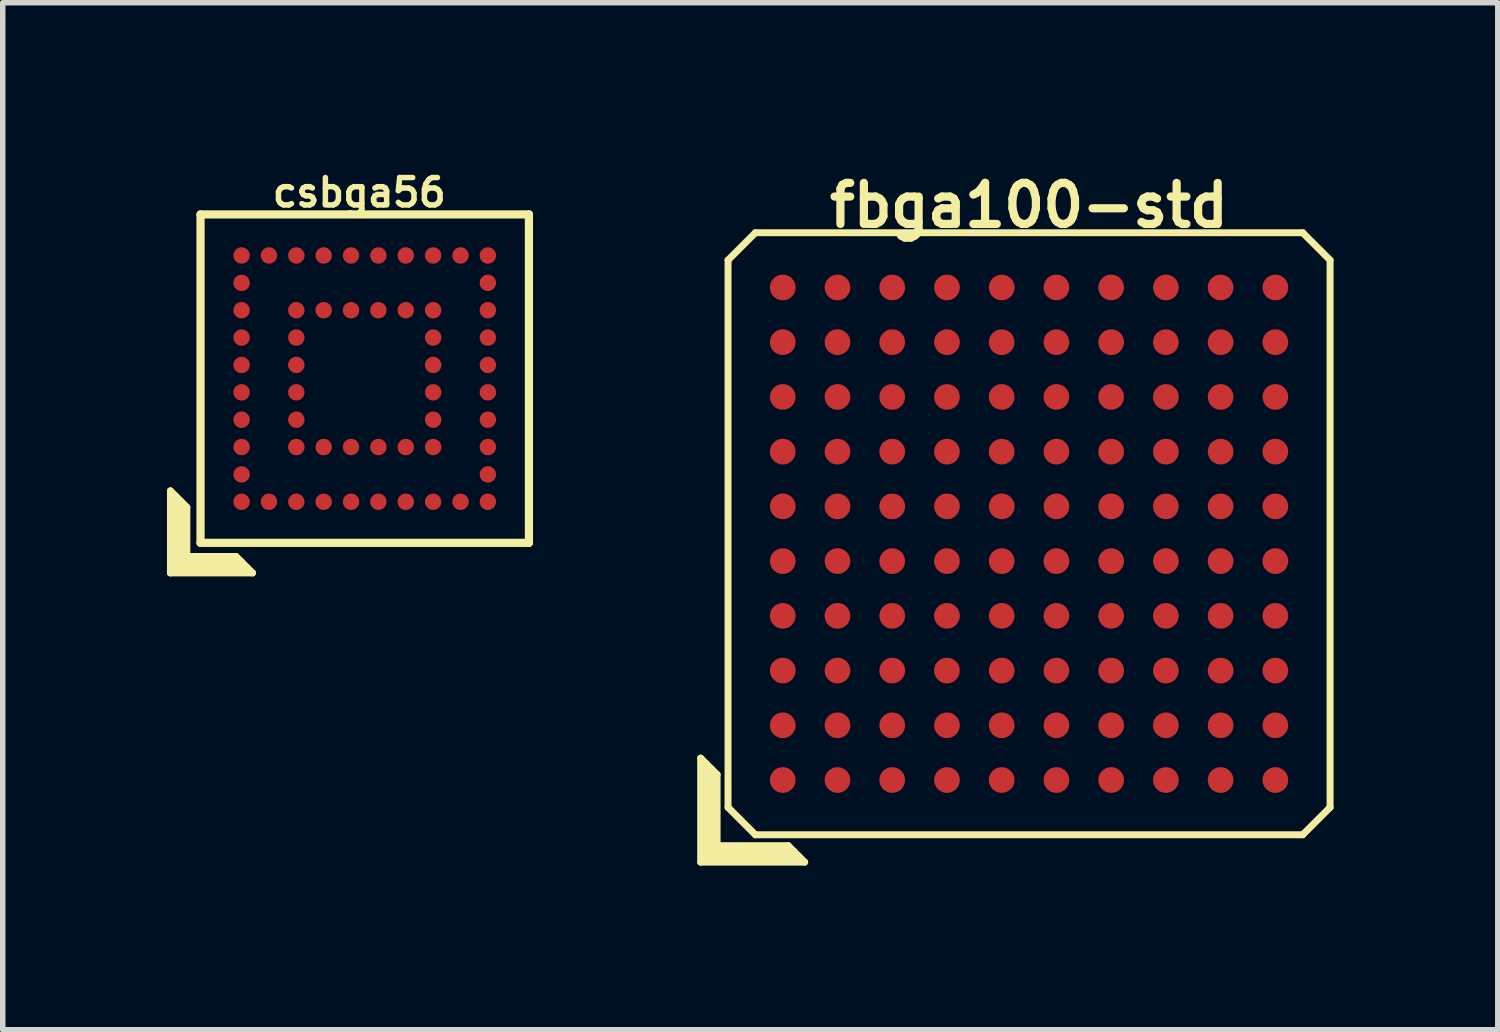
<source format=kicad_pcb>
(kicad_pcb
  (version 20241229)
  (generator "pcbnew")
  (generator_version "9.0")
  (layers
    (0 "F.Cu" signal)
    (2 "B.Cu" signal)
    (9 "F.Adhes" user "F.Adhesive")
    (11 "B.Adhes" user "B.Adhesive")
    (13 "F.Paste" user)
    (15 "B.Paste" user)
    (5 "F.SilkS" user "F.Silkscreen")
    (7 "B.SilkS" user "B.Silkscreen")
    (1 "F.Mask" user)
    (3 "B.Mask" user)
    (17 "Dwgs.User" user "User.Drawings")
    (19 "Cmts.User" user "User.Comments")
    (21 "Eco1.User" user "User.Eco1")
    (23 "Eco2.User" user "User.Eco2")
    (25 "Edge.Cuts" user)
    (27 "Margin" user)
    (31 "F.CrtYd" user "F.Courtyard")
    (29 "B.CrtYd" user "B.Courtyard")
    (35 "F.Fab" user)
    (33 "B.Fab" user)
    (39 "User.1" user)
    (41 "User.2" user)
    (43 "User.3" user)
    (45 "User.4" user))
  (footprint "csbga56"
    (layer "F.Cu")
    (at 3.614 3.868)
    (property "Reference" "csbga56" (at -0.1 -3.4 0) (layer "F.SilkS") (effects (font (size 0.5 0.5) (thickness 0.1))))
    (attr through_hole)
    (fp_line (start -3.55 2.05) (end -3.25 2.35) (stroke (width 0.127) (type solid)) (layer "F.SilkS"))
    (fp_line (start -3.55 3.55) (end -3.55 2.05) (stroke (width 0.127) (type solid)) (layer "F.SilkS"))
    (fp_line (start -3.45 2.15) (end -3.45 3.45) (stroke (width 0.127) (type solid)) (layer "F.SilkS"))
    (fp_line (start -3.45 3.45) (end -2.15 3.45) (stroke (width 0.127) (type solid)) (layer "F.SilkS"))
    (fp_line (start -3.35 3.35) (end -3.35 2.25) (stroke (width 0.127) (type solid)) (layer "F.SilkS"))
    (fp_line (start -3.25 2.35) (end -3.25 3.25) (stroke (width 0.127) (type solid)) (layer "F.SilkS"))
    (fp_line (start -3.25 3.25) (end -2.35 3.25) (stroke (width 0.127) (type solid)) (layer "F.SilkS"))
    (fp_line (start -3 -3) (end 3 -3) (stroke (width 0.15) (type solid)) (layer "F.SilkS"))
    (fp_line (start -3 3) (end -3 -3) (stroke (width 0.15) (type solid)) (layer "F.SilkS"))
    (fp_line (start -2.35 3.25) (end -2.05 3.55) (stroke (width 0.127) (type solid)) (layer "F.SilkS"))
    (fp_line (start -2.25 3.35) (end -3.35 3.35) (stroke (width 0.127) (type solid)) (layer "F.SilkS"))
    (fp_line (start -2.05 3.55) (end -3.55 3.55) (stroke (width 0.127) (type solid)) (layer "F.SilkS"))
    (fp_line (start 3 -3) (end 3 3) (stroke (width 0.15) (type solid)) (layer "F.SilkS"))
    (fp_line (start 3 3) (end -3 3) (stroke (width 0.15) (type solid)) (layer "F.SilkS"))
    (pad "A1" smd circle (at -2.25 2.25) (size 0.3 0.3) (layers "F.Cu" "F.Mask" "F.Paste"))
    (pad "A2" smd circle (at -2.25 1.75) (size 0.3 0.3) (layers "F.Cu" "F.Mask" "F.Paste"))
    (pad "A3" smd circle (at -2.25 1.25) (size 0.3 0.3) (layers "F.Cu" "F.Mask" "F.Paste"))
    (pad "A4" smd circle (at -2.25 0.75) (size 0.3 0.3) (layers "F.Cu" "F.Mask" "F.Paste"))
    (pad "A5" smd circle (at -2.25 0.25) (size 0.3 0.3) (layers "F.Cu" "F.Mask" "F.Paste"))
    (pad "A6" smd circle (at -2.25 -0.25) (size 0.3 0.3) (layers "F.Cu" "F.Mask" "F.Paste"))
    (pad "A7" smd circle (at -2.25 -0.75) (size 0.3 0.3) (layers "F.Cu" "F.Mask" "F.Paste"))
    (pad "A8" smd circle (at -2.25 -1.25) (size 0.3 0.3) (layers "F.Cu" "F.Mask" "F.Paste"))
    (pad "A9" smd circle (at -2.25 -1.75) (size 0.3 0.3) (layers "F.Cu" "F.Mask" "F.Paste"))
    (pad "A10" smd circle (at -2.25 -2.25) (size 0.3 0.3) (layers "F.Cu" "F.Mask" "F.Paste"))
    (pad "B1" smd circle (at -1.75 2.25) (size 0.3 0.3) (layers "F.Cu" "F.Mask" "F.Paste"))
    (pad "B10" smd circle (at -1.75 -2.25) (size 0.3 0.3) (layers "F.Cu" "F.Mask" "F.Paste"))
    (pad "C1" smd circle (at -1.25 2.25) (size 0.3 0.3) (layers "F.Cu" "F.Mask" "F.Paste"))
    (pad "C3" smd circle (at -1.25 1.25) (size 0.3 0.3) (layers "F.Cu" "F.Mask" "F.Paste"))
    (pad "C4" smd circle (at -1.25 0.75) (size 0.3 0.3) (layers "F.Cu" "F.Mask" "F.Paste"))
    (pad "C6" smd circle (at -1.25 -0.25) (size 0.3 0.3) (layers "F.Cu" "F.Mask" "F.Paste"))
    (pad "C7" smd circle (at -1.25 -0.75) (size 0.3 0.3) (layers "F.Cu" "F.Mask" "F.Paste"))
    (pad "C8" smd circle (at -1.25 -1.25) (size 0.3 0.3) (layers "F.Cu" "F.Mask" "F.Paste"))
    (pad "C10" smd circle (at -1.25 -2.25) (size 0.3 0.3) (layers "F.Cu" "F.Mask" "F.Paste"))
    (pad "D1" smd circle (at -0.75 2.25) (size 0.3 0.3) (layers "F.Cu" "F.Mask" "F.Paste"))
    (pad "D3" smd circle (at -0.75 1.25) (size 0.3 0.3) (layers "F.Cu" "F.Mask" "F.Paste"))
    (pad "D8" smd circle (at -0.75 -1.25) (size 0.3 0.3) (layers "F.Cu" "F.Mask" "F.Paste"))
    (pad "D10" smd circle (at -0.75 -2.25) (size 0.3 0.3) (layers "F.Cu" "F.Mask" "F.Paste"))
    (pad "E1" smd circle (at -0.25 2.25) (size 0.3 0.3) (layers "F.Cu" "F.Mask" "F.Paste"))
    (pad "E3" smd circle (at -1.25 0.25) (size 0.3 0.3) (layers "F.Cu" "F.Mask" "F.Paste"))
    (pad "E3" smd circle (at -0.25 1.25) (size 0.3 0.3) (layers "F.Cu" "F.Mask" "F.Paste"))
    (pad "E8" smd circle (at -0.25 -1.25) (size 0.3 0.3) (layers "F.Cu" "F.Mask" "F.Paste"))
    (pad "E10" smd circle (at -0.25 -2.25) (size 0.3 0.3) (layers "F.Cu" "F.Mask" "F.Paste"))
    (pad "F1" smd circle (at 0.25 2.25) (size 0.3 0.3) (layers "F.Cu" "F.Mask" "F.Paste"))
    (pad "F3" smd circle (at 0.25 1.25) (size 0.3 0.3) (layers "F.Cu" "F.Mask" "F.Paste"))
    (pad "F8" smd circle (at 0.25 -1.25) (size 0.3 0.3) (layers "F.Cu" "F.Mask" "F.Paste"))
    (pad "F10" smd circle (at 0.25 -2.25) (size 0.3 0.3) (layers "F.Cu" "F.Mask" "F.Paste"))
    (pad "G1" smd circle (at 0.75 2.25) (size 0.3 0.3) (layers "F.Cu" "F.Mask" "F.Paste"))
    (pad "G3" smd circle (at 0.75 1.25) (size 0.3 0.3) (layers "F.Cu" "F.Mask" "F.Paste"))
    (pad "G8" smd circle (at 0.75 -1.25) (size 0.3 0.3) (layers "F.Cu" "F.Mask" "F.Paste"))
    (pad "G10" smd circle (at 0.75 -2.25) (size 0.3 0.3) (layers "F.Cu" "F.Mask" "F.Paste"))
    (pad "H1" smd circle (at 1.25 2.25) (size 0.3 0.3) (layers "F.Cu" "F.Mask" "F.Paste"))
    (pad "H3" smd circle (at 1.25 1.25) (size 0.3 0.3) (layers "F.Cu" "F.Mask" "F.Paste"))
    (pad "H4" smd circle (at 1.25 0.75) (size 0.3 0.3) (layers "F.Cu" "F.Mask" "F.Paste"))
    (pad "H5" smd circle (at 1.25 0.25) (size 0.3 0.3) (layers "F.Cu" "F.Mask" "F.Paste"))
    (pad "H6" smd circle (at 1.25 -0.25) (size 0.3 0.3) (layers "F.Cu" "F.Mask" "F.Paste"))
    (pad "H7" smd circle (at 1.25 -0.75) (size 0.3 0.3) (layers "F.Cu" "F.Mask" "F.Paste"))
    (pad "H8" smd circle (at 1.25 -1.25) (size 0.3 0.3) (layers "F.Cu" "F.Mask" "F.Paste"))
    (pad "H10" smd circle (at 1.25 -2.25) (size 0.3 0.3) (layers "F.Cu" "F.Mask" "F.Paste"))
    (pad "J1" smd circle (at 1.75 2.25) (size 0.3 0.3) (layers "F.Cu" "F.Mask" "F.Paste"))
    (pad "J10" smd circle (at 1.75 -2.25) (size 0.3 0.3) (layers "F.Cu" "F.Mask" "F.Paste"))
    (pad "K1" smd circle (at 2.25 2.25) (size 0.3 0.3) (layers "F.Cu" "F.Mask" "F.Paste"))
    (pad "K2" smd circle (at 2.25 1.75) (size 0.3 0.3) (layers "F.Cu" "F.Mask" "F.Paste"))
    (pad "K3" smd circle (at 2.25 1.25) (size 0.3 0.3) (layers "F.Cu" "F.Mask" "F.Paste"))
    (pad "K4" smd circle (at 2.25 0.75) (size 0.3 0.3) (layers "F.Cu" "F.Mask" "F.Paste"))
    (pad "K5" smd circle (at 2.25 0.25) (size 0.3 0.3) (layers "F.Cu" "F.Mask" "F.Paste"))
    (pad "K6" smd circle (at 2.25 -0.25) (size 0.3 0.3) (layers "F.Cu" "F.Mask" "F.Paste"))
    (pad "K7" smd circle (at 2.25 -0.75) (size 0.3 0.3) (layers "F.Cu" "F.Mask" "F.Paste"))
    (pad "K8" smd circle (at 2.25 -1.25) (size 0.3 0.3) (layers "F.Cu" "F.Mask" "F.Paste"))
    (pad "K9" smd circle (at 2.25 -1.75) (size 0.3 0.3) (layers "F.Cu" "F.Mask" "F.Paste"))
    (pad "K10" smd circle (at 2.25 -2.25) (size 0.3 0.3) (layers "F.Cu" "F.Mask" "F.Paste")))
  (footprint "fbga100-std"
    (layer "F.Cu")
    (at 15.752 6.702)
    (property "Reference" "fbga100-std" (at 0 -6 0) (layer "F.SilkS") (effects (font (size 0.75 0.75) (thickness 0.15))))
    (attr through_hole)
    (fp_line (start -6 4.1) (end -5.7 4.4) (stroke (width 0.127) (type solid)) (layer "F.SilkS"))
    (fp_line (start -6 6) (end -6 4.1) (stroke (width 0.127) (type solid)) (layer "F.SilkS"))
    (fp_line (start -5.9 5.9) (end -5.9 4.2) (stroke (width 0.127) (type solid)) (layer "F.SilkS"))
    (fp_line (start -5.8 4.3) (end -5.8 5.8) (stroke (width 0.127) (type solid)) (layer "F.SilkS"))
    (fp_line (start -5.8 5.8) (end -4.3 5.8) (stroke (width 0.127) (type solid)) (layer "F.SilkS"))
    (fp_line (start -5.7 4.4) (end -5.7 5.7) (stroke (width 0.127) (type solid)) (layer "F.SilkS"))
    (fp_line (start -5.7 5.7) (end -4.4 5.7) (stroke (width 0.127) (type solid)) (layer "F.SilkS"))
    (fp_line (start -5.5 -5) (end -5 -5.5) (stroke (width 0.127) (type solid)) (layer "F.SilkS"))
    (fp_line (start -5.5 5) (end -5.5 -5) (stroke (width 0.127) (type solid)) (layer "F.SilkS"))
    (fp_line (start -5 -5.5) (end 5 -5.5) (stroke (width 0.127) (type solid)) (layer "F.SilkS"))
    (fp_line (start -5 5.5) (end -5.5 5) (stroke (width 0.127) (type solid)) (layer "F.SilkS"))
    (fp_line (start -4.4 5.7) (end -4.1 6) (stroke (width 0.127) (type solid)) (layer "F.SilkS"))
    (fp_line (start -4.2 5.9) (end -5.9 5.9) (stroke (width 0.127) (type solid)) (layer "F.SilkS"))
    (fp_line (start -4.1 6) (end -6 6) (stroke (width 0.127) (type solid)) (layer "F.SilkS"))
    (fp_line (start 5 -5.5) (end 5.5 -5) (stroke (width 0.127) (type solid)) (layer "F.SilkS"))
    (fp_line (start 5 5.5) (end -5 5.5) (stroke (width 0.127) (type solid)) (layer "F.SilkS"))
    (fp_line (start 5.5 -5) (end 5.5 5) (stroke (width 0.127) (type solid)) (layer "F.SilkS"))
    (fp_line (start 5.5 5) (end 5 5.5) (stroke (width 0.127) (type solid)) (layer "F.SilkS"))
    (pad "A1" smd circle (at -4.5 4.5) (size 0.47 0.47) (layers "F.Cu" "F.Mask" "F.Paste"))
    (pad "A2" smd circle (at -4.5 3.5) (size 0.47 0.47) (layers "F.Cu" "F.Mask" "F.Paste"))
    (pad "A3" smd circle (at -4.5 2.5) (size 0.47 0.47) (layers "F.Cu" "F.Mask" "F.Paste"))
    (pad "A4" smd circle (at -4.5 1.5) (size 0.47 0.47) (layers "F.Cu" "F.Mask" "F.Paste"))
    (pad "A5" smd circle (at -4.5 0.5) (size 0.47 0.47) (layers "F.Cu" "F.Mask" "F.Paste"))
    (pad "A6" smd circle (at -4.5 -0.5) (size 0.47 0.47) (layers "F.Cu" "F.Mask" "F.Paste"))
    (pad "A7" smd circle (at -4.5 -1.5) (size 0.47 0.47) (layers "F.Cu" "F.Mask" "F.Paste"))
    (pad "A8" smd circle (at -4.5 -2.5) (size 0.47 0.47) (layers "F.Cu" "F.Mask" "F.Paste"))
    (pad "A9" smd circle (at -4.5 -3.5) (size 0.47 0.47) (layers "F.Cu" "F.Mask" "F.Paste"))
    (pad "A10" smd circle (at -4.5 -4.5) (size 0.47 0.47) (layers "F.Cu" "F.Mask" "F.Paste"))
    (pad "B1" smd circle (at -3.5 4.5) (size 0.47 0.47) (layers "F.Cu" "F.Mask" "F.Paste"))
    (pad "B2" smd circle (at -3.5 3.5) (size 0.47 0.47) (layers "F.Cu" "F.Mask" "F.Paste"))
    (pad "B3" smd circle (at -3.5 2.5) (size 0.47 0.47) (layers "F.Cu" "F.Mask" "F.Paste"))
    (pad "B4" smd circle (at -3.5 1.5) (size 0.47 0.47) (layers "F.Cu" "F.Mask" "F.Paste"))
    (pad "B5" smd circle (at -3.5 0.5) (size 0.47 0.47) (layers "F.Cu" "F.Mask" "F.Paste"))
    (pad "B6" smd circle (at -3.5 -0.5) (size 0.47 0.47) (layers "F.Cu" "F.Mask" "F.Paste"))
    (pad "B7" smd circle (at -3.5 -1.5) (size 0.47 0.47) (layers "F.Cu" "F.Mask" "F.Paste"))
    (pad "B8" smd circle (at -3.5 -2.5) (size 0.47 0.47) (layers "F.Cu" "F.Mask" "F.Paste"))
    (pad "B9" smd circle (at -3.5 -3.5) (size 0.47 0.47) (layers "F.Cu" "F.Mask" "F.Paste"))
    (pad "B10" smd circle (at -3.5 -4.5) (size 0.47 0.47) (layers "F.Cu" "F.Mask" "F.Paste"))
    (pad "C1" smd circle (at -2.5 4.5) (size 0.47 0.47) (layers "F.Cu" "F.Mask" "F.Paste"))
    (pad "C2" smd circle (at -2.5 3.5) (size 0.47 0.47) (layers "F.Cu" "F.Mask" "F.Paste"))
    (pad "C3" smd circle (at -2.5 2.5) (size 0.47 0.47) (layers "F.Cu" "F.Mask" "F.Paste"))
    (pad "C4" smd circle (at -2.5 1.5) (size 0.47 0.47) (layers "F.Cu" "F.Mask" "F.Paste"))
    (pad "C5" smd circle (at -2.5 0.5) (size 0.47 0.47) (layers "F.Cu" "F.Mask" "F.Paste"))
    (pad "C6" smd circle (at -2.5 -0.5) (size 0.47 0.47) (layers "F.Cu" "F.Mask" "F.Paste"))
    (pad "C7" smd circle (at -2.5 -1.5) (size 0.47 0.47) (layers "F.Cu" "F.Mask" "F.Paste"))
    (pad "C8" smd circle (at -2.5 -2.5) (size 0.47 0.47) (layers "F.Cu" "F.Mask" "F.Paste"))
    (pad "C9" smd circle (at -2.5 -3.5) (size 0.47 0.47) (layers "F.Cu" "F.Mask" "F.Paste"))
    (pad "C10" smd circle (at -2.5 -4.5) (size 0.47 0.47) (layers "F.Cu" "F.Mask" "F.Paste"))
    (pad "D1" smd circle (at -1.5 4.5) (size 0.47 0.47) (layers "F.Cu" "F.Mask" "F.Paste"))
    (pad "D2" smd circle (at -1.5 3.5) (size 0.47 0.47) (layers "F.Cu" "F.Mask" "F.Paste"))
    (pad "D3" smd circle (at -1.5 2.5) (size 0.47 0.47) (layers "F.Cu" "F.Mask" "F.Paste"))
    (pad "D4" smd circle (at -1.5 1.5) (size 0.47 0.47) (layers "F.Cu" "F.Mask" "F.Paste"))
    (pad "D5" smd circle (at -1.5 0.5) (size 0.47 0.47) (layers "F.Cu" "F.Mask" "F.Paste"))
    (pad "D6" smd circle (at -1.5 -0.5) (size 0.47 0.47) (layers "F.Cu" "F.Mask" "F.Paste"))
    (pad "D7" smd circle (at -1.5 -1.5) (size 0.47 0.47) (layers "F.Cu" "F.Mask" "F.Paste"))
    (pad "D8" smd circle (at -1.5 -2.5) (size 0.47 0.47) (layers "F.Cu" "F.Mask" "F.Paste"))
    (pad "D9" smd circle (at -1.5 -3.5) (size 0.47 0.47) (layers "F.Cu" "F.Mask" "F.Paste"))
    (pad "D10" smd circle (at -1.5 -4.5) (size 0.47 0.47) (layers "F.Cu" "F.Mask" "F.Paste"))
    (pad "E1" smd circle (at -0.5 4.5) (size 0.47 0.47) (layers "F.Cu" "F.Mask" "F.Paste"))
    (pad "E2" smd circle (at -0.5 3.5) (size 0.47 0.47) (layers "F.Cu" "F.Mask" "F.Paste"))
    (pad "E3" smd circle (at -0.5 2.5) (size 0.47 0.47) (layers "F.Cu" "F.Mask" "F.Paste"))
    (pad "E4" smd circle (at -0.5 1.5) (size 0.47 0.47) (layers "F.Cu" "F.Mask" "F.Paste"))
    (pad "E5" smd circle (at -0.5 0.5) (size 0.47 0.47) (layers "F.Cu" "F.Mask" "F.Paste"))
    (pad "E6" smd circle (at -0.5 -0.5) (size 0.47 0.47) (layers "F.Cu" "F.Mask" "F.Paste"))
    (pad "E7" smd circle (at -0.5 -1.5) (size 0.47 0.47) (layers "F.Cu" "F.Mask" "F.Paste"))
    (pad "E8" smd circle (at -0.5 -2.5) (size 0.47 0.47) (layers "F.Cu" "F.Mask" "F.Paste"))
    (pad "E9" smd circle (at -0.5 -3.5) (size 0.47 0.47) (layers "F.Cu" "F.Mask" "F.Paste"))
    (pad "E10" smd circle (at -0.5 -4.5) (size 0.47 0.47) (layers "F.Cu" "F.Mask" "F.Paste"))
    (pad "F1" smd circle (at 0.5 4.5) (size 0.47 0.47) (layers "F.Cu" "F.Mask" "F.Paste"))
    (pad "F2" smd circle (at 0.5 3.5) (size 0.47 0.47) (layers "F.Cu" "F.Mask" "F.Paste"))
    (pad "F3" smd circle (at 0.5 2.5) (size 0.47 0.47) (layers "F.Cu" "F.Mask" "F.Paste"))
    (pad "F4" smd circle (at 0.5 1.5) (size 0.47 0.47) (layers "F.Cu" "F.Mask" "F.Paste"))
    (pad "F5" smd circle (at 0.5 0.5) (size 0.47 0.47) (layers "F.Cu" "F.Mask" "F.Paste"))
    (pad "F6" smd circle (at 0.5 -0.5) (size 0.47 0.47) (layers "F.Cu" "F.Mask" "F.Paste"))
    (pad "F7" smd circle (at 0.5 -1.5) (size 0.47 0.47) (layers "F.Cu" "F.Mask" "F.Paste"))
    (pad "F8" smd circle (at 0.5 -2.5) (size 0.47 0.47) (layers "F.Cu" "F.Mask" "F.Paste"))
    (pad "F9" smd circle (at 0.5 -3.5) (size 0.47 0.47) (layers "F.Cu" "F.Mask" "F.Paste"))
    (pad "F10" smd circle (at 0.5 -4.5) (size 0.47 0.47) (layers "F.Cu" "F.Mask" "F.Paste"))
    (pad "G1" smd circle (at 1.5 4.5) (size 0.47 0.47) (layers "F.Cu" "F.Mask" "F.Paste"))
    (pad "G2" smd circle (at 1.5 3.5) (size 0.47 0.47) (layers "F.Cu" "F.Mask" "F.Paste"))
    (pad "G3" smd circle (at 1.5 2.5) (size 0.47 0.47) (layers "F.Cu" "F.Mask" "F.Paste"))
    (pad "G4" smd circle (at 1.5 1.5) (size 0.47 0.47) (layers "F.Cu" "F.Mask" "F.Paste"))
    (pad "G5" smd circle (at 1.5 0.5) (size 0.47 0.47) (layers "F.Cu" "F.Mask" "F.Paste"))
    (pad "G6" smd circle (at 1.5 -0.5) (size 0.47 0.47) (layers "F.Cu" "F.Mask" "F.Paste"))
    (pad "G7" smd circle (at 1.5 -1.5) (size 0.47 0.47) (layers "F.Cu" "F.Mask" "F.Paste"))
    (pad "G8" smd circle (at 1.5 -2.5) (size 0.47 0.47) (layers "F.Cu" "F.Mask" "F.Paste"))
    (pad "G9" smd circle (at 1.5 -3.5) (size 0.47 0.47) (layers "F.Cu" "F.Mask" "F.Paste"))
    (pad "G10" smd circle (at 1.5 -4.5) (size 0.47 0.47) (layers "F.Cu" "F.Mask" "F.Paste"))
    (pad "H1" smd circle (at 2.5 4.5) (size 0.47 0.47) (layers "F.Cu" "F.Mask" "F.Paste"))
    (pad "H2" smd circle (at 2.5 3.5) (size 0.47 0.47) (layers "F.Cu" "F.Mask" "F.Paste"))
    (pad "H3" smd circle (at 2.5 2.5) (size 0.47 0.47) (layers "F.Cu" "F.Mask" "F.Paste"))
    (pad "H4" smd circle (at 2.5 1.5) (size 0.47 0.47) (layers "F.Cu" "F.Mask" "F.Paste"))
    (pad "H5" smd circle (at 2.5 0.5) (size 0.47 0.47) (layers "F.Cu" "F.Mask" "F.Paste"))
    (pad "H6" smd circle (at 2.5 -0.5) (size 0.47 0.47) (layers "F.Cu" "F.Mask" "F.Paste"))
    (pad "H7" smd circle (at 2.5 -1.5) (size 0.47 0.47) (layers "F.Cu" "F.Mask" "F.Paste"))
    (pad "H8" smd circle (at 2.5 -2.5) (size 0.47 0.47) (layers "F.Cu" "F.Mask" "F.Paste"))
    (pad "H9" smd circle (at 2.5 -3.5) (size 0.47 0.47) (layers "F.Cu" "F.Mask" "F.Paste"))
    (pad "H10" smd circle (at 2.5 -4.5) (size 0.47 0.47) (layers "F.Cu" "F.Mask" "F.Paste"))
    (pad "J1" smd circle (at 3.5 4.5) (size 0.47 0.47) (layers "F.Cu" "F.Mask" "F.Paste"))
    (pad "J2" smd circle (at 3.5 3.5) (size 0.47 0.47) (layers "F.Cu" "F.Mask" "F.Paste"))
    (pad "J3" smd circle (at 3.5 2.5) (size 0.47 0.47) (layers "F.Cu" "F.Mask" "F.Paste"))
    (pad "J4" smd circle (at 3.5 1.5) (size 0.47 0.47) (layers "F.Cu" "F.Mask" "F.Paste"))
    (pad "J5" smd circle (at 3.5 0.5) (size 0.47 0.47) (layers "F.Cu" "F.Mask" "F.Paste"))
    (pad "J6" smd circle (at 3.5 -0.5) (size 0.47 0.47) (layers "F.Cu" "F.Mask" "F.Paste"))
    (pad "J7" smd circle (at 3.5 -1.5) (size 0.47 0.47) (layers "F.Cu" "F.Mask" "F.Paste"))
    (pad "J8" smd circle (at 3.5 -2.5) (size 0.47 0.47) (layers "F.Cu" "F.Mask" "F.Paste"))
    (pad "J9" smd circle (at 3.5 -3.5) (size 0.47 0.47) (layers "F.Cu" "F.Mask" "F.Paste"))
    (pad "J10" smd circle (at 3.5 -4.5) (size 0.47 0.47) (layers "F.Cu" "F.Mask" "F.Paste"))
    (pad "K1" smd circle (at 4.5 4.5) (size 0.47 0.47) (layers "F.Cu" "F.Mask" "F.Paste"))
    (pad "K2" smd circle (at 4.5 3.5) (size 0.47 0.47) (layers "F.Cu" "F.Mask" "F.Paste"))
    (pad "K3" smd circle (at 4.5 2.5) (size 0.47 0.47) (layers "F.Cu" "F.Mask" "F.Paste"))
    (pad "K4" smd circle (at 4.5 1.5) (size 0.47 0.47) (layers "F.Cu" "F.Mask" "F.Paste"))
    (pad "K5" smd circle (at 4.5 0.5) (size 0.47 0.47) (layers "F.Cu" "F.Mask" "F.Paste"))
    (pad "K6" smd circle (at 4.5 -0.5) (size 0.47 0.47) (layers "F.Cu" "F.Mask" "F.Paste"))
    (pad "K7" smd circle (at 4.5 -1.5) (size 0.47 0.47) (layers "F.Cu" "F.Mask" "F.Paste"))
    (pad "K8" smd circle (at 4.5 -2.5) (size 0.47 0.47) (layers "F.Cu" "F.Mask" "F.Paste"))
    (pad "K9" smd circle (at 4.5 -3.5) (size 0.47 0.47) (layers "F.Cu" "F.Mask" "F.Paste"))
    (pad "K10" smd circle (at 4.5 -4.5) (size 0.47 0.47) (layers "F.Cu" "F.Mask" "F.Paste")))
  (gr_rect
    (start -3 -3)
    (end 24.316 15.765)
    (stroke (width 0.1) (type default))
    (fill no)
    (layer "Edge.Cuts")))
</source>
